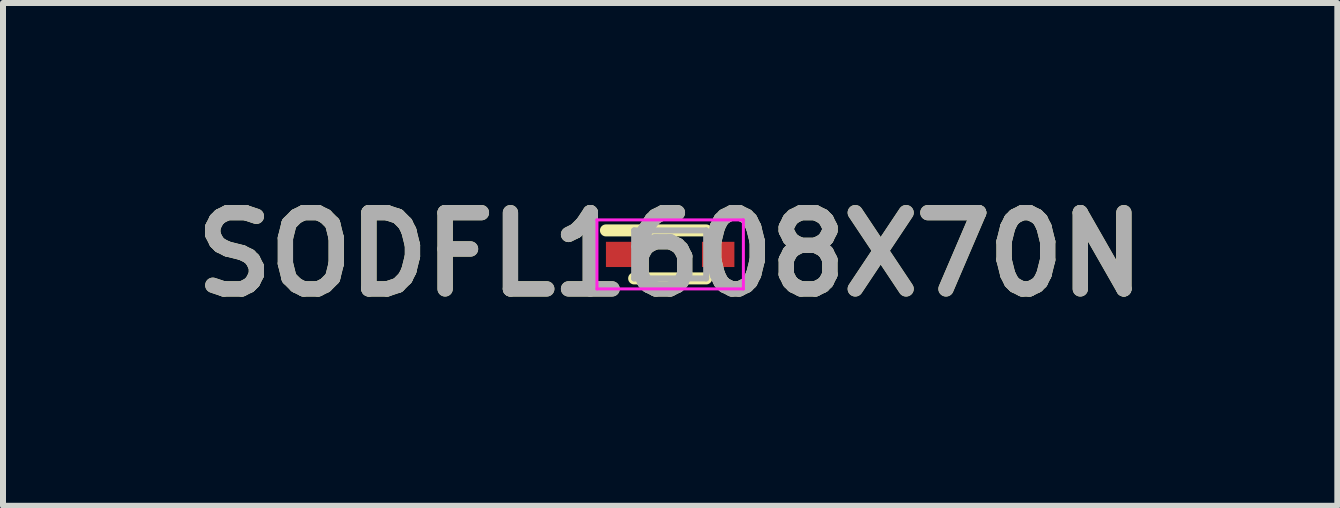
<source format=kicad_pcb>
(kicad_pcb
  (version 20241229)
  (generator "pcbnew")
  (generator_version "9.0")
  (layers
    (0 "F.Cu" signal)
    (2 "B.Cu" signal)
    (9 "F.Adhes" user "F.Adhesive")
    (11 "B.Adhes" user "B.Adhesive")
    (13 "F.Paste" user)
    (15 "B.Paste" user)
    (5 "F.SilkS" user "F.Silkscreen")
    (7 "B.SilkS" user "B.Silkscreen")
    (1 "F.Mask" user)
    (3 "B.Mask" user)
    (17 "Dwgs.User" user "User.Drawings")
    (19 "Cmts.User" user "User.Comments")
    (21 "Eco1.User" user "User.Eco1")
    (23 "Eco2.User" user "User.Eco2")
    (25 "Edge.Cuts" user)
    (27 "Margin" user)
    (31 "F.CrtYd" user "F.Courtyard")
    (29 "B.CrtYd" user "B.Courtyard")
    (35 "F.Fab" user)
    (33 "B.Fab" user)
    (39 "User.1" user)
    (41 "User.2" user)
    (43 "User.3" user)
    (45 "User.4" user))
  (footprint "SODFL1608X70N"
    (layer "F.Cu")
    (at 8.116 1.189)
    (property "Reference" "SODFL1608X70N" (at 0 0 0) (layer "F.SilkS") (effects (font (size 1.27 1.27) (thickness 0.254))))
    (attr smd)
    (fp_line (start -1.07 -0.4) (end 0.6 -0.4) (stroke (width 0.2) (type solid)) (layer "F.SilkS"))
    (fp_line (start -0.6 0.4) (end 0.6 0.4) (stroke (width 0.2) (type solid)) (layer "F.SilkS"))
    (fp_line (start -1.22 -0.575) (end 1.22 -0.575) (stroke (width 0.05) (type solid)) (layer "F.CrtYd"))
    (fp_line (start -1.22 0.575) (end -1.22 -0.575) (stroke (width 0.05) (type solid)) (layer "F.CrtYd"))
    (fp_line (start 1.22 -0.575) (end 1.22 0.575) (stroke (width 0.05) (type solid)) (layer "F.CrtYd"))
    (fp_line (start 1.22 0.575) (end -1.22 0.575) (stroke (width 0.05) (type solid)) (layer "F.CrtYd"))
    (fp_line (start -0.6 -0.4) (end 0.6 -0.4) (stroke (width 0.1) (type solid)) (layer "F.Fab"))
    (fp_line (start -0.6 -0.13) (end -0.33 -0.4) (stroke (width 0.1) (type solid)) (layer "F.Fab"))
    (fp_line (start -0.6 0.4) (end -0.6 -0.4) (stroke (width 0.1) (type solid)) (layer "F.Fab"))
    (fp_line (start 0.6 -0.4) (end 0.6 0.4) (stroke (width 0.1) (type solid)) (layer "F.Fab"))
    (fp_line (start 0.6 0.4) (end -0.6 0.4) (stroke (width 0.1) (type solid)) (layer "F.Fab"))
    (fp_text user "${REFERENCE}" (at 0 0 0) (layer "F.Fab") (effects (font (size 1.27 1.27) (thickness 0.254))))
    (pad "1" smd rect (at -0.8 0 90) (size 0.42 0.54) (layers "F.Cu" "F.Mask" "F.Paste"))
    (pad "2" smd rect (at 0.8 0 90) (size 0.42 0.54) (layers "F.Cu" "F.Mask" "F.Paste")))
  (gr_rect
    (start -3 -3)
    (end 19.232 5.377)
    (stroke (width 0.1) (type default))
    (fill no)
    (layer "Edge.Cuts")))
</source>
